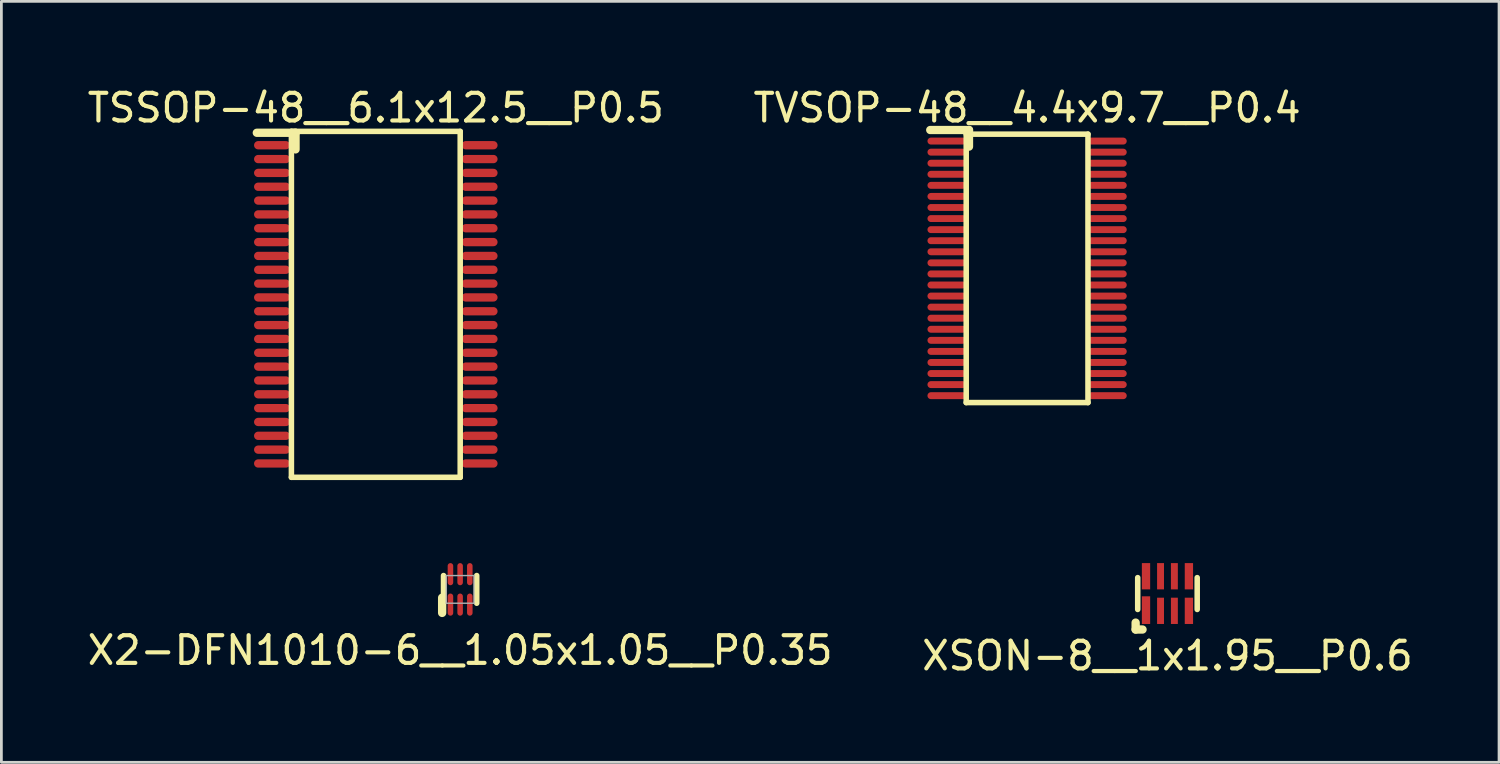
<source format=kicad_pcb>
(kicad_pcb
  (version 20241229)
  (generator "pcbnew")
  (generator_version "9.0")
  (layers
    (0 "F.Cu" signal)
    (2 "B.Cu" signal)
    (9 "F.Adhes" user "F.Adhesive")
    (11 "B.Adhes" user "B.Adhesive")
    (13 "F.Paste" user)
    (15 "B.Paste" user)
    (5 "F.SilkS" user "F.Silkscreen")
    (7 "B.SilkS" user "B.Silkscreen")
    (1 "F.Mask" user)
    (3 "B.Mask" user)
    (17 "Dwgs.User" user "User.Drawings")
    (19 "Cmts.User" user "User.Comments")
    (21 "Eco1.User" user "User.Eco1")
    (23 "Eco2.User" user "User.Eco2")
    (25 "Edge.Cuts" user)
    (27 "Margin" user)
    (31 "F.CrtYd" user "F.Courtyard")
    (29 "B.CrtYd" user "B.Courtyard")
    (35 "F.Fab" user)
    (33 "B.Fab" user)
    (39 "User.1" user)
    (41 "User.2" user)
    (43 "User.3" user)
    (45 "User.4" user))
  (footprint "X2-DFN1010-6__1.05x1.05__P0.35"
    (layer "F.Cu")
    (at 13.577 18.248)
    (property "Reference" "X2-DFN1010-6__1.05x1.05__P0.35" (at 0 2.2 0) (layer "F.SilkS") (effects (font (size 1 1) (thickness 0.15))))
    (attr smd)
    (fp_line (start -0.65 0.85) (end -0.65 0.3) (stroke (width 0.3) (type solid)) (layer "F.SilkS"))
    (fp_line (start -0.6 -0.5) (end -0.6 0.5) (stroke (width 0.2) (type solid)) (layer "F.SilkS"))
    (fp_line (start 0.6 -0.5) (end 0.6 0.5) (stroke (width 0.2) (type solid)) (layer "F.SilkS"))
    (fp_line (start -0.5 -0.5) (end 0.5 -0.5) (stroke (width 0.05) (type solid)) (layer "F.Fab"))
    (fp_line (start -0.5 0.5) (end -0.5 -0.5) (stroke (width 0.05) (type solid)) (layer "F.Fab"))
    (fp_line (start 0.5 -0.5) (end 0.5 0.5) (stroke (width 0.05) (type solid)) (layer "F.Fab"))
    (fp_line (start 0.5 0.5) (end -0.5 0.5) (stroke (width 0.05) (type solid)) (layer "F.Fab"))
    (pad "1" smd oval (at -0.35 0.55) (size 0.2 0.8) (layers "F.Cu" "F.Mask" "F.Paste"))
    (pad "2" smd oval (at 0 0.55) (size 0.2 0.8) (layers "F.Cu" "F.Mask" "F.Paste"))
    (pad "3" smd oval (at 0.35 0.55) (size 0.2 0.8) (layers "F.Cu" "F.Mask" "F.Paste"))
    (pad "4" smd oval (at 0.35 -0.55) (size 0.2 0.8) (layers "F.Cu" "F.Mask" "F.Paste"))
    (pad "5" smd oval (at 0 -0.55) (size 0.2 0.8) (layers "F.Cu" "F.Mask" "F.Paste"))
    (pad "6" smd oval (at -0.35 -0.55) (size 0.2 0.8) (layers "F.Cu" "F.Mask" "F.Paste")))
  (footprint "TVSOP-48__4.4x9.7__P0.4"
    (layer "F.Cu")
    (at 34.065 6.648)
    (property "Reference" "TVSOP-48__4.4x9.7__P0.4" (at 0 -5.8 0) (layer "F.SilkS") (effects (font (size 1 1) (thickness 0.15))))
    (attr smd)
    (fp_line (start -3.5 -5) (end -2.1 -5) (stroke (width 0.3) (type solid)) (layer "F.SilkS"))
    (fp_line (start -2.2 -4.85) (end -2.2 4.85) (stroke (width 0.2) (type solid)) (layer "F.SilkS"))
    (fp_line (start -2.2 -4.85) (end 2.2 -4.85) (stroke (width 0.2) (type solid)) (layer "F.SilkS"))
    (fp_line (start -2.2 4.85) (end 2.2 4.85) (stroke (width 0.2) (type solid)) (layer "F.SilkS"))
    (fp_line (start -2.1 -5) (end -2.1 -4.4) (stroke (width 0.3) (type solid)) (layer "F.SilkS"))
    (fp_line (start 2.2 -4.85) (end 2.2 4.85) (stroke (width 0.2) (type solid)) (layer "F.SilkS"))
    (pad "1" smd oval (at -2.9 -4.6) (size 1.4 0.25) (layers "F.Cu" "F.Mask" "F.Paste"))
    (pad "2" smd oval (at -2.9 -4.2) (size 1.4 0.25) (layers "F.Cu" "F.Mask" "F.Paste"))
    (pad "3" smd oval (at -2.9 -3.8) (size 1.4 0.25) (layers "F.Cu" "F.Mask" "F.Paste"))
    (pad "4" smd oval (at -2.9 -3.4) (size 1.4 0.25) (layers "F.Cu" "F.Mask" "F.Paste"))
    (pad "5" smd oval (at -2.9 -3) (size 1.4 0.25) (layers "F.Cu" "F.Mask" "F.Paste"))
    (pad "6" smd oval (at -2.9 -2.6) (size 1.4 0.25) (layers "F.Cu" "F.Mask" "F.Paste"))
    (pad "7" smd oval (at -2.9 -2.2) (size 1.4 0.25) (layers "F.Cu" "F.Mask" "F.Paste"))
    (pad "8" smd oval (at -2.9 -1.8) (size 1.4 0.25) (layers "F.Cu" "F.Mask" "F.Paste"))
    (pad "9" smd oval (at -2.9 -1.4) (size 1.4 0.25) (layers "F.Cu" "F.Mask" "F.Paste"))
    (pad "10" smd oval (at -2.9 -1) (size 1.4 0.25) (layers "F.Cu" "F.Mask" "F.Paste"))
    (pad "11" smd oval (at -2.9 -0.6) (size 1.4 0.25) (layers "F.Cu" "F.Mask" "F.Paste"))
    (pad "12" smd oval (at -2.9 -0.2) (size 1.4 0.25) (layers "F.Cu" "F.Mask" "F.Paste"))
    (pad "13" smd oval (at -2.9 0.2) (size 1.4 0.25) (layers "F.Cu" "F.Mask" "F.Paste"))
    (pad "14" smd oval (at -2.9 0.6) (size 1.4 0.25) (layers "F.Cu" "F.Mask" "F.Paste"))
    (pad "15" smd oval (at -2.9 1) (size 1.4 0.25) (layers "F.Cu" "F.Mask" "F.Paste"))
    (pad "16" smd oval (at -2.9 1.4) (size 1.4 0.25) (layers "F.Cu" "F.Mask" "F.Paste"))
    (pad "17" smd oval (at -2.9 1.8) (size 1.4 0.25) (layers "F.Cu" "F.Mask" "F.Paste"))
    (pad "18" smd oval (at -2.9 2.2) (size 1.4 0.25) (layers "F.Cu" "F.Mask" "F.Paste"))
    (pad "19" smd oval (at -2.9 2.6) (size 1.4 0.25) (layers "F.Cu" "F.Mask" "F.Paste"))
    (pad "20" smd oval (at -2.9 3) (size 1.4 0.25) (layers "F.Cu" "F.Mask" "F.Paste"))
    (pad "21" smd oval (at -2.9 3.4) (size 1.4 0.25) (layers "F.Cu" "F.Mask" "F.Paste"))
    (pad "22" smd oval (at -2.9 3.8) (size 1.4 0.25) (layers "F.Cu" "F.Mask" "F.Paste"))
    (pad "23" smd oval (at -2.9 4.2) (size 1.4 0.25) (layers "F.Cu" "F.Mask" "F.Paste"))
    (pad "24" smd oval (at -2.9 4.6) (size 1.4 0.25) (layers "F.Cu" "F.Mask" "F.Paste"))
    (pad "25" smd oval (at 2.9 4.6) (size 1.4 0.25) (layers "F.Cu" "F.Mask" "F.Paste"))
    (pad "26" smd oval (at 2.9 4.2) (size 1.4 0.25) (layers "F.Cu" "F.Mask" "F.Paste"))
    (pad "27" smd oval (at 2.9 3.8) (size 1.4 0.25) (layers "F.Cu" "F.Mask" "F.Paste"))
    (pad "28" smd oval (at 2.9 3.4) (size 1.4 0.25) (layers "F.Cu" "F.Mask" "F.Paste"))
    (pad "29" smd oval (at 2.9 3) (size 1.4 0.25) (layers "F.Cu" "F.Mask" "F.Paste"))
    (pad "30" smd oval (at 2.9 2.6) (size 1.4 0.25) (layers "F.Cu" "F.Mask" "F.Paste"))
    (pad "31" smd oval (at 2.9 2.2) (size 1.4 0.25) (layers "F.Cu" "F.Mask" "F.Paste"))
    (pad "32" smd oval (at 2.9 1.8) (size 1.4 0.25) (layers "F.Cu" "F.Mask" "F.Paste"))
    (pad "33" smd oval (at 2.9 1.4) (size 1.4 0.25) (layers "F.Cu" "F.Mask" "F.Paste"))
    (pad "34" smd oval (at 2.9 1) (size 1.4 0.25) (layers "F.Cu" "F.Mask" "F.Paste"))
    (pad "35" smd oval (at 2.9 0.6) (size 1.4 0.25) (layers "F.Cu" "F.Mask" "F.Paste"))
    (pad "36" smd oval (at 2.9 0.2) (size 1.4 0.25) (layers "F.Cu" "F.Mask" "F.Paste"))
    (pad "37" smd oval (at 2.9 -0.2) (size 1.4 0.25) (layers "F.Cu" "F.Mask" "F.Paste"))
    (pad "38" smd oval (at 2.9 -0.6) (size 1.4 0.25) (layers "F.Cu" "F.Mask" "F.Paste"))
    (pad "39" smd oval (at 2.9 -1) (size 1.4 0.25) (layers "F.Cu" "F.Mask" "F.Paste"))
    (pad "40" smd oval (at 2.9 -1.4) (size 1.4 0.25) (layers "F.Cu" "F.Mask" "F.Paste"))
    (pad "41" smd oval (at 2.9 -1.8) (size 1.4 0.25) (layers "F.Cu" "F.Mask" "F.Paste"))
    (pad "42" smd oval (at 2.9 -2.2) (size 1.4 0.25) (layers "F.Cu" "F.Mask" "F.Paste"))
    (pad "43" smd oval (at 2.9 -2.6) (size 1.4 0.25) (layers "F.Cu" "F.Mask" "F.Paste"))
    (pad "44" smd oval (at 2.9 -3) (size 1.4 0.25) (layers "F.Cu" "F.Mask" "F.Paste"))
    (pad "45" smd oval (at 2.9 -3.4) (size 1.4 0.25) (layers "F.Cu" "F.Mask" "F.Paste"))
    (pad "46" smd oval (at 2.9 -3.8) (size 1.4 0.25) (layers "F.Cu" "F.Mask" "F.Paste"))
    (pad "47" smd oval (at 2.9 -4.2) (size 1.4 0.25) (layers "F.Cu" "F.Mask" "F.Paste"))
    (pad "48" smd oval (at 2.9 -4.6) (size 1.4 0.25) (layers "F.Cu" "F.Mask" "F.Paste")))
  (footprint "XSON-8__1x1.95__P0.6"
    (layer "F.Cu")
    (at 39.137 18.398)
    (property "Reference" "XSON-8__1x1.95__P0.6" (at 0 2.25 0) (layer "F.SilkS") (effects (font (size 1 1) (thickness 0.15))))
    (attr smd)
    (fp_line (start -1.15 1.05) (end -1.15 1.3) (stroke (width 0.3) (type solid)) (layer "F.SilkS"))
    (fp_line (start -1.15 1.3) (end -0.9 1.3) (stroke (width 0.3) (type solid)) (layer "F.SilkS"))
    (fp_line (start -1.075 -0.575) (end -1.075 0.575) (stroke (width 0.2) (type solid)) (layer "F.SilkS"))
    (fp_line (start 1.075 -0.575) (end 1.075 0.575) (stroke (width 0.2) (type solid)) (layer "F.SilkS"))
    (pad "1" smd rect (at -0.75 0.625) (size 0.3 1) (drill (offset -0.025 -0.025)) (layers "F.Cu" "F.Mask" "F.Paste"))
    (pad "2" smd rect (at -0.25 0.625) (size 0.25 0.95) (layers "F.Cu" "F.Mask" "F.Paste"))
    (pad "3" smd rect (at 0.25 0.625) (size 0.25 0.95) (layers "F.Cu" "F.Mask" "F.Paste"))
    (pad "4" smd rect (at 0.75 0.625) (size 0.3 0.95) (drill (offset 0.025 0)) (layers "F.Cu" "F.Mask" "F.Paste"))
    (pad "5" smd rect (at 0.75 -0.625) (size 0.3 0.95) (drill (offset 0.025 0)) (layers "F.Cu" "F.Mask" "F.Paste"))
    (pad "6" smd rect (at 0.25 -0.625) (size 0.25 0.95) (layers "F.Cu" "F.Mask" "F.Paste"))
    (pad "7" smd rect (at -0.25 -0.625) (size 0.25 0.95) (layers "F.Cu" "F.Mask" "F.Paste"))
    (pad "8" smd rect (at -0.75 -0.625) (size 0.3 0.95) (drill (offset -0.025 0)) (layers "F.Cu" "F.Mask" "F.Paste")))
  (footprint "TSSOP-48__6.1x12.5__P0.5"
    (layer "F.Cu")
    (at 10.53 7.948)
    (property "Reference" "TSSOP-48__6.1x12.5__P0.5" (at 0 -7.1 0) (layer "F.SilkS") (effects (font (size 1 1) (thickness 0.15))))
    (attr smd)
    (fp_line (start -4.3 -6.2) (end -2.9 -6.2) (stroke (width 0.3) (type solid)) (layer "F.SilkS"))
    (fp_line (start -3.05 -6.25) (end 3.05 -6.25) (stroke (width 0.2) (type solid)) (layer "F.SilkS"))
    (fp_line (start -3.05 6.25) (end -3.05 -6.25) (stroke (width 0.2) (type solid)) (layer "F.SilkS"))
    (fp_line (start -3.05 6.25) (end 3.05 6.25) (stroke (width 0.2) (type solid)) (layer "F.SilkS"))
    (fp_line (start -2.9 -6.2) (end -2.9 -5.6) (stroke (width 0.3) (type solid)) (layer "F.SilkS"))
    (fp_line (start 3.05 6.25) (end 3.05 -6.25) (stroke (width 0.2) (type solid)) (layer "F.SilkS"))
    (pad "1" smd oval (at -3.75 -5.75) (size 1.3 0.3) (layers "F.Cu" "F.Mask" "F.Paste"))
    (pad "2" smd oval (at -3.75 -5.25) (size 1.3 0.3) (layers "F.Cu" "F.Mask" "F.Paste"))
    (pad "3" smd oval (at -3.75 -4.75) (size 1.3 0.3) (layers "F.Cu" "F.Mask" "F.Paste"))
    (pad "4" smd oval (at -3.75 -4.25) (size 1.3 0.3) (layers "F.Cu" "F.Mask" "F.Paste"))
    (pad "5" smd oval (at -3.75 -3.75) (size 1.3 0.3) (layers "F.Cu" "F.Mask" "F.Paste"))
    (pad "6" smd oval (at -3.75 -3.25) (size 1.3 0.3) (layers "F.Cu" "F.Mask" "F.Paste"))
    (pad "7" smd oval (at -3.75 -2.75) (size 1.3 0.3) (layers "F.Cu" "F.Mask" "F.Paste"))
    (pad "8" smd oval (at -3.75 -2.25) (size 1.3 0.3) (layers "F.Cu" "F.Mask" "F.Paste"))
    (pad "9" smd oval (at -3.75 -1.75) (size 1.3 0.3) (layers "F.Cu" "F.Mask" "F.Paste"))
    (pad "10" smd oval (at -3.75 -1.25) (size 1.3 0.3) (layers "F.Cu" "F.Mask" "F.Paste"))
    (pad "11" smd oval (at -3.75 -0.75) (size 1.3 0.3) (layers "F.Cu" "F.Mask" "F.Paste"))
    (pad "12" smd oval (at -3.75 -0.25) (size 1.3 0.3) (layers "F.Cu" "F.Mask" "F.Paste"))
    (pad "13" smd oval (at -3.75 0.25) (size 1.3 0.3) (layers "F.Cu" "F.Mask" "F.Paste"))
    (pad "14" smd oval (at -3.75 0.75) (size 1.3 0.3) (layers "F.Cu" "F.Mask" "F.Paste"))
    (pad "15" smd oval (at -3.75 1.25) (size 1.3 0.3) (layers "F.Cu" "F.Mask" "F.Paste"))
    (pad "16" smd oval (at -3.75 1.75) (size 1.3 0.3) (layers "F.Cu" "F.Mask" "F.Paste"))
    (pad "17" smd oval (at -3.75 2.25) (size 1.3 0.3) (layers "F.Cu" "F.Mask" "F.Paste"))
    (pad "18" smd oval (at -3.75 2.75) (size 1.3 0.3) (layers "F.Cu" "F.Mask" "F.Paste"))
    (pad "19" smd oval (at -3.75 3.25) (size 1.3 0.3) (layers "F.Cu" "F.Mask" "F.Paste"))
    (pad "20" smd oval (at -3.75 3.75) (size 1.3 0.3) (layers "F.Cu" "F.Mask" "F.Paste"))
    (pad "21" smd oval (at -3.75 4.25) (size 1.3 0.3) (layers "F.Cu" "F.Mask" "F.Paste"))
    (pad "22" smd oval (at -3.75 4.75) (size 1.3 0.3) (layers "F.Cu" "F.Mask" "F.Paste"))
    (pad "23" smd oval (at -3.75 5.25) (size 1.3 0.3) (layers "F.Cu" "F.Mask" "F.Paste"))
    (pad "24" smd oval (at -3.75 5.75) (size 1.3 0.3) (layers "F.Cu" "F.Mask" "F.Paste"))
    (pad "25" smd oval (at 3.75 5.75) (size 1.3 0.3) (layers "F.Cu" "F.Mask" "F.Paste"))
    (pad "26" smd oval (at 3.75 5.25) (size 1.3 0.3) (layers "F.Cu" "F.Mask" "F.Paste"))
    (pad "27" smd oval (at 3.75 4.75) (size 1.3 0.3) (layers "F.Cu" "F.Mask" "F.Paste"))
    (pad "28" smd oval (at 3.75 4.25) (size 1.3 0.3) (layers "F.Cu" "F.Mask" "F.Paste"))
    (pad "29" smd oval (at 3.75 3.75) (size 1.3 0.3) (layers "F.Cu" "F.Mask" "F.Paste"))
    (pad "30" smd oval (at 3.75 3.25) (size 1.3 0.3) (layers "F.Cu" "F.Mask" "F.Paste"))
    (pad "31" smd oval (at 3.75 2.75) (size 1.3 0.3) (layers "F.Cu" "F.Mask" "F.Paste"))
    (pad "32" smd oval (at 3.75 2.25) (size 1.3 0.3) (layers "F.Cu" "F.Mask" "F.Paste"))
    (pad "33" smd oval (at 3.75 1.75) (size 1.3 0.3) (layers "F.Cu" "F.Mask" "F.Paste"))
    (pad "34" smd oval (at 3.75 1.25) (size 1.3 0.3) (layers "F.Cu" "F.Mask" "F.Paste"))
    (pad "35" smd oval (at 3.75 0.75) (size 1.3 0.3) (layers "F.Cu" "F.Mask" "F.Paste"))
    (pad "36" smd oval (at 3.75 0.25) (size 1.3 0.3) (layers "F.Cu" "F.Mask" "F.Paste"))
    (pad "37" smd oval (at 3.75 -0.25) (size 1.3 0.3) (layers "F.Cu" "F.Mask" "F.Paste"))
    (pad "38" smd oval (at 3.75 -0.75) (size 1.3 0.3) (layers "F.Cu" "F.Mask" "F.Paste"))
    (pad "39" smd oval (at 3.75 -1.25) (size 1.3 0.3) (layers "F.Cu" "F.Mask" "F.Paste"))
    (pad "40" smd oval (at 3.75 -1.75) (size 1.3 0.3) (layers "F.Cu" "F.Mask" "F.Paste"))
    (pad "41" smd oval (at 3.75 -2.25) (size 1.3 0.3) (layers "F.Cu" "F.Mask" "F.Paste"))
    (pad "42" smd oval (at 3.75 -2.75) (size 1.3 0.3) (layers "F.Cu" "F.Mask" "F.Paste"))
    (pad "43" smd oval (at 3.75 -3.25) (size 1.3 0.3) (layers "F.Cu" "F.Mask" "F.Paste"))
    (pad "44" smd oval (at 3.75 -3.75) (size 1.3 0.3) (layers "F.Cu" "F.Mask" "F.Paste"))
    (pad "45" smd oval (at 3.75 -4.25) (size 1.3 0.3) (layers "F.Cu" "F.Mask" "F.Paste"))
    (pad "46" smd oval (at 3.75 -4.75) (size 1.3 0.3) (layers "F.Cu" "F.Mask" "F.Paste"))
    (pad "47" smd oval (at 3.75 -5.25) (size 1.3 0.3) (layers "F.Cu" "F.Mask" "F.Paste"))
    (pad "48" smd oval (at 3.75 -5.75) (size 1.3 0.3) (layers "F.Cu" "F.Mask" "F.Paste")))
  (gr_rect
    (start -3 -3)
    (end 51.119 24.497)
    (stroke (width 0.1) (type default))
    (fill no)
    (layer "Edge.Cuts")))
</source>
